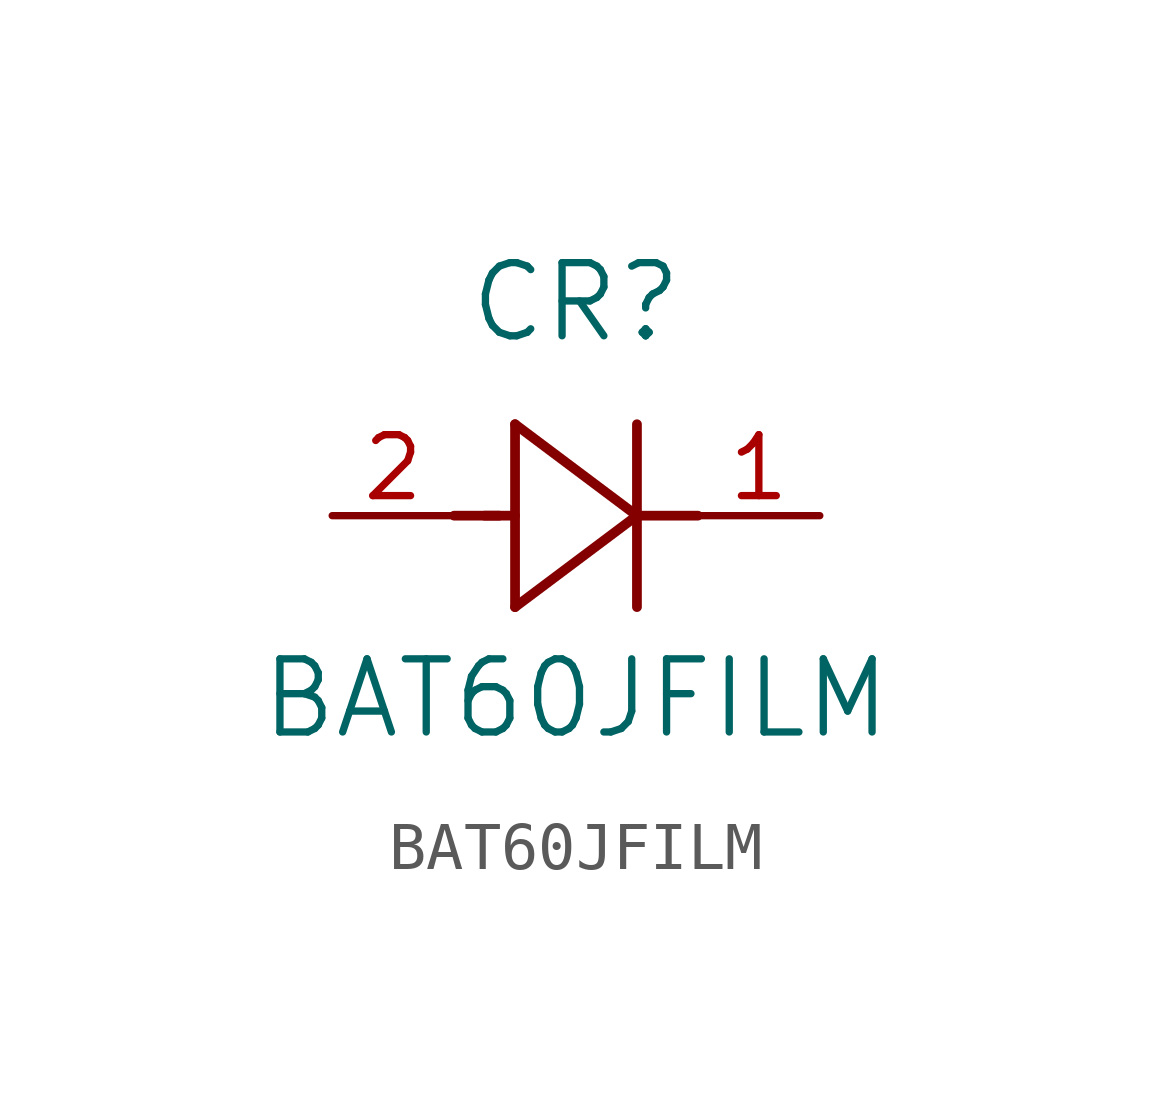
<source format=kicad_sym>
(kicad_symbol_lib
  (version 20211014)
  (generator kicad_symbol_editor)
  (symbol "BAT60JFILM"
    (pin_names
      (offset 0.254))
    (property "Reference" "CR"
      (at 5.08 4.445 0)
      (effects (font (size 1.524 1.524))))
    (property "Value" "BAT60JFILM"
      (at 5.08 -3.81 0)
      (effects (font (size 1.524 1.524))))
    (symbol "BAT60JFILM_0_1"
      (polyline (pts (xy 2.54 0) (xy 3.48 0)) (stroke (width 0.203) (type default) (color 0 0 0 0)) (fill (type none)))
      (polyline (pts (xy 3.81 1.905) (xy 3.81 -1.905)) (stroke (width 0.203) (type default) (color 0 0 0 0)) (fill (type none)))
      (polyline (pts (xy 3.175 0) (xy 3.81 0)) (stroke (width 0.203) (type default) (color 0 0 0 0)) (fill (type none)))
      (polyline (pts (xy 6.35 -1.905) (xy 6.35 1.905)) (stroke (width 0.203) (type default) (color 0 0 0 0)) (fill (type none)))
      (polyline (pts (xy 6.35 0) (xy 7.62 0)) (stroke (width 0.203) (type default) (color 0 0 0 0)) (fill (type none)))
      (polyline (pts (xy 6.35 0) (xy 3.81 1.905)) (stroke (width 0.203) (type default) (color 0 0 0 0)) (fill (type none)))
      (polyline (pts (xy 3.81 -1.905) (xy 6.35 0)) (stroke (width 0.203) (type default) (color 0 0 0 0)) (fill (type none)))
      (pin unspecified line (at 0 0 0) (length 2.54) (name "" (effects (font (size 1.27 1.27)))) (number "2" (effects (font (size 1.27 1.27)))))
      (pin unspecified line (at 10.16 0 180) (length 2.54) (name "" (effects (font (size 1.27 1.27)))) (number "1" (effects (font (size 1.27 1.27))))))))
</source>
